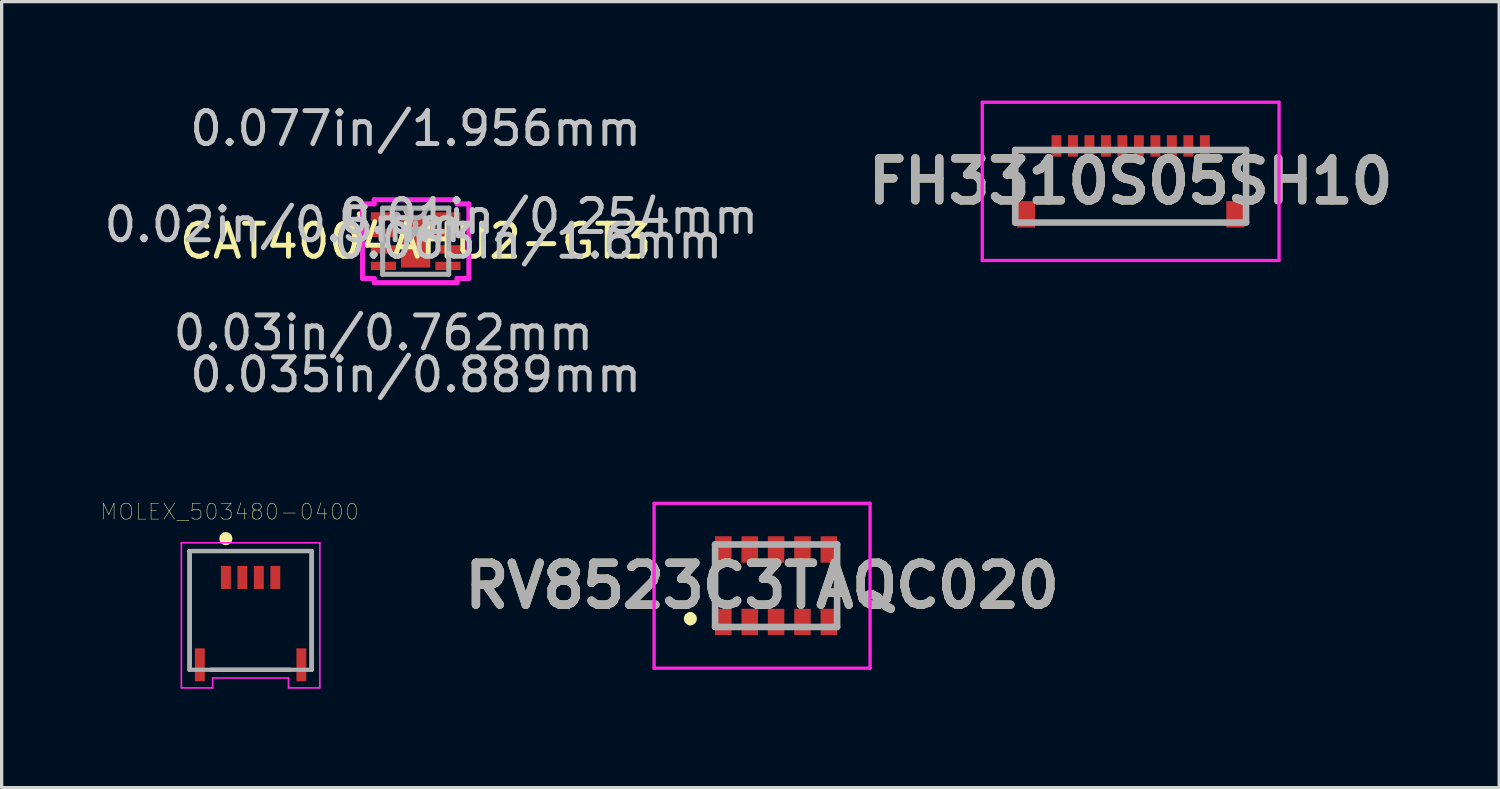
<source format=kicad_pcb>
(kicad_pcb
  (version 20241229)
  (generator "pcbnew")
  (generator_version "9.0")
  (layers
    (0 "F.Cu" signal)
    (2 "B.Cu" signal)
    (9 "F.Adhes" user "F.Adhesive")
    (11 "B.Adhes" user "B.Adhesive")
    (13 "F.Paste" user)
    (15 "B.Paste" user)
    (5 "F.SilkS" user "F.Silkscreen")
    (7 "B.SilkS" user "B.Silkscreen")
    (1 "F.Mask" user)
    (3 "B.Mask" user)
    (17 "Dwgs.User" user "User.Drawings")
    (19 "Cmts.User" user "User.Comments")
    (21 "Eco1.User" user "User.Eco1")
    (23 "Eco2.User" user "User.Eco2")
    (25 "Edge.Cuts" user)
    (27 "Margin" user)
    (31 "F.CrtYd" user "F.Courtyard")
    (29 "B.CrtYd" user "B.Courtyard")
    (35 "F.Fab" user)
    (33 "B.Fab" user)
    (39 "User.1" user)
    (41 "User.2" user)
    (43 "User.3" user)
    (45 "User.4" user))
  (footprint "MOLEX_503480-0400"
    (layer "F.Cu")
    (at 4.55 15.787)
    (property "Reference" "MOLEX_503480-0400" (at -0.636 -3.316 0) (layer "F.SilkS") (effects (font (size 0.481 0.481) (thickness 0.015))))
    (attr through_hole)
    (fp_line (start -1.85 -2.125) (end 1.85 -2.125) (stroke (width 0.127) (type solid)) (layer "F.SilkS"))
    (fp_line (start -1.85 1.475) (end -1.85 -2.125) (stroke (width 0.127) (type solid)) (layer "F.SilkS"))
    (fp_line (start -1.2 1.475) (end 1.2 1.475) (stroke (width 0.127) (type solid)) (layer "F.SilkS"))
    (fp_line (start 1.85 -2.125) (end 1.85 1.475) (stroke (width 0.127) (type solid)) (layer "F.SilkS"))
    (fp_circle (center -0.75 -2.502) (end -0.65 -2.502) (stroke (width 0.2) (type solid)) (fill no) (layer "F.SilkS"))
    (fp_line (start -2.1 -2.375) (end -2.1 2.025) (stroke (width 0.05) (type solid)) (layer "F.CrtYd"))
    (fp_line (start -2.1 2.025) (end -1.15 2.025) (stroke (width 0.05) (type solid)) (layer "F.CrtYd"))
    (fp_line (start -1.15 1.725) (end 1.15 1.725) (stroke (width 0.05) (type solid)) (layer "F.CrtYd"))
    (fp_line (start -1.15 2.025) (end -1.15 1.725) (stroke (width 0.05) (type solid)) (layer "F.CrtYd"))
    (fp_line (start 1.15 1.725) (end 1.15 2.025) (stroke (width 0.05) (type solid)) (layer "F.CrtYd"))
    (fp_line (start 1.15 2.025) (end 2.1 2.025) (stroke (width 0.05) (type solid)) (layer "F.CrtYd"))
    (fp_line (start 2.1 -2.375) (end -2.1 -2.375) (stroke (width 0.05) (type solid)) (layer "F.CrtYd"))
    (fp_line (start 2.1 2.025) (end 2.1 -2.375) (stroke (width 0.05) (type solid)) (layer "F.CrtYd"))
    (fp_line (start -1.85 -2.125) (end -1.85 1.475) (stroke (width 0.127) (type solid)) (layer "F.Fab"))
    (fp_line (start -1.85 1.475) (end 1.85 1.475) (stroke (width 0.127) (type solid)) (layer "F.Fab"))
    (fp_line (start 1.85 -2.125) (end -1.85 -2.125) (stroke (width 0.127) (type solid)) (layer "F.Fab"))
    (fp_line (start 1.85 1.475) (end 1.85 -2.125) (stroke (width 0.127) (type solid)) (layer "F.Fab"))
    (pad "1" smd rect (at -0.75 -1.325) (size 0.3 0.7) (layers "F.Cu" "F.Mask" "F.Paste"))
    (pad "2" smd rect (at -0.25 -1.325) (size 0.3 0.7) (layers "F.Cu" "F.Mask" "F.Paste"))
    (pad "3" smd rect (at 0.25 -1.325) (size 0.3 0.7) (layers "F.Cu" "F.Mask" "F.Paste"))
    (pad "4" smd rect (at 0.75 -1.325) (size 0.3 0.7) (layers "F.Cu" "F.Mask" "F.Paste"))
    (pad "S1" smd rect (at -1.54 1.325) (size 0.3 1) (layers "F.Cu" "F.Mask" "F.Paste"))
    (pad "S2" smd rect (at 1.54 1.325) (size 0.3 1) (layers "F.Cu" "F.Mask" "F.Paste")))
  (footprint "CAT4004AHU2-GT3"
    (layer "F.Cu")
    (at 9.556 4.265)
    (property "Reference" "CAT4004AHU2-GT3" (at 0 0 0) (layer "F.SilkS") (effects (font (size 1 1) (thickness 0.15))))
    (attr through_hole)
    (fp_arc (start -1.7105 -0.8262) (mid -1.636671 -0.73114) (end -1.747046 -0.683136) (stroke (width 0.1524) (type solid)) (layer "F.SilkS"))
    (fp_line (start -1.613 -1.131) (end -1.257 -1.131) (stroke (width 0.152) (type solid)) (layer "F.CrtYd"))
    (fp_line (start -1.613 1.131) (end -1.613 -1.131) (stroke (width 0.152) (type solid)) (layer "F.CrtYd"))
    (fp_line (start -1.257 -1.257) (end 1.257 -1.257) (stroke (width 0.152) (type solid)) (layer "F.CrtYd"))
    (fp_line (start -1.257 -1.131) (end -1.257 -1.257) (stroke (width 0.152) (type solid)) (layer "F.CrtYd"))
    (fp_line (start -1.257 1.131) (end -1.613 1.131) (stroke (width 0.152) (type solid)) (layer "F.CrtYd"))
    (fp_line (start -1.257 1.257) (end -1.257 1.131) (stroke (width 0.152) (type solid)) (layer "F.CrtYd"))
    (fp_line (start 1.257 -1.257) (end 1.257 -1.131) (stroke (width 0.152) (type solid)) (layer "F.CrtYd"))
    (fp_line (start 1.257 -1.131) (end 1.613 -1.131) (stroke (width 0.152) (type solid)) (layer "F.CrtYd"))
    (fp_line (start 1.257 1.131) (end 1.257 1.257) (stroke (width 0.152) (type solid)) (layer "F.CrtYd"))
    (fp_line (start 1.257 1.257) (end -1.257 1.257) (stroke (width 0.152) (type solid)) (layer "F.CrtYd"))
    (fp_line (start 1.613 -1.131) (end 1.613 1.131) (stroke (width 0.152) (type solid)) (layer "F.CrtYd"))
    (fp_line (start 1.613 1.131) (end 1.257 1.131) (stroke (width 0.152) (type solid)) (layer "F.CrtYd"))
    (fp_line (start -1.003 -1.003) (end -1.003 1.003) (stroke (width 0.152) (type solid)) (layer "F.Fab"))
    (fp_line (start -1.003 1.003) (end 1.003 1.003) (stroke (width 0.152) (type solid)) (layer "F.Fab"))
    (fp_line (start 1.003 -1.003) (end -1.003 -1.003) (stroke (width 0.152) (type solid)) (layer "F.Fab"))
    (fp_line (start 1.003 1.003) (end 1.003 -1.003) (stroke (width 0.152) (type solid)) (layer "F.Fab"))
    (fp_arc (start 0.3048 -1.0033) (mid 0 -0.6985) (end -0.3048 -1.0033) (stroke (width 0.1524) (type solid)) (layer "F.Fab"))
    (fp_circle (center -0.597 -0.75) (end -0.597 -0.75) (stroke (width 0.152) (type solid)) (fill no) (layer "F.Fab"))
    (fp_text user "*" (at 0 0 0) (layer "F.SilkS") (effects (font (size 1 1) (thickness 0.15))))
    (fp_text user "0.077in/1.956mm" (at 0 -3.416 0) (layer "Dwgs.User") (effects (font (size 1 1) (thickness 0.15))))
    (fp_text user "0.035in/0.889mm" (at 0 4.051 0) (layer "Dwgs.User") (effects (font (size 1 1) (thickness 0.15))))
    (fp_text user "0.02in/0.5mm" (at -4.026 -0.5 0) (layer "Dwgs.User") (effects (font (size 1 1) (thickness 0.15))))
    (fp_text user "0.03in/0.762mm" (at -0.978 2.781 0) (layer "Dwgs.User") (effects (font (size 1 1) (thickness 0.15))))
    (fp_text user "0.01in/0.254mm" (at 4.026 -0.75 0) (layer "Dwgs.User") (effects (font (size 1 1) (thickness 0.15))))
    (fp_text user "0.063in/1.6mm" (at 3.416 0 0) (layer "Dwgs.User") (effects (font (size 1 1) (thickness 0.15))))
    (fp_text user "Copyright 2016 Accelerated Designs. All rights reserved." (at 0 0 0) (layer "Cmts.User") (effects (font (size 0.127 0.127) (thickness 0.002))))
    (fp_text user "*" (at 0 0 0) (layer "F.Fab") (effects (font (size 1 1) (thickness 0.15))))
    (pad "1" smd rect (at -0.978 -0.75) (size 0.762 0.254) (layers "F.Cu" "F.Mask" "F.Paste"))
    (pad "2" smd rect (at -0.978 -0.25) (size 0.762 0.254) (layers "F.Cu" "F.Mask" "F.Paste"))
    (pad "3" smd rect (at -0.978 0.25) (size 0.762 0.254) (layers "F.Cu" "F.Mask" "F.Paste"))
    (pad "4" smd rect (at -0.978 0.75) (size 0.762 0.254) (layers "F.Cu" "F.Mask" "F.Paste"))
    (pad "5" smd rect (at 0.978 0.75) (size 0.762 0.254) (layers "F.Cu" "F.Mask" "F.Paste"))
    (pad "6" smd rect (at 0.978 0.25) (size 0.762 0.254) (layers "F.Cu" "F.Mask" "F.Paste"))
    (pad "7" smd rect (at 0.978 -0.25) (size 0.762 0.254) (layers "F.Cu" "F.Mask" "F.Paste"))
    (pad "8" smd rect (at 0.978 -0.75) (size 0.762 0.254) (layers "F.Cu" "F.Mask" "F.Paste"))
    (pad "9" smd rect (at 0 0) (size 0.889 1.6) (layers "F.Cu" "F.Mask" "F.Paste")))
  (footprint "RV8523C3TAQC020"
    (layer "F.Cu")
    (at 20.487 14.714)
    (property "Reference" "RV8523C3TAQC020" (at -0.425 0 0) (layer "F.SilkS") (effects (font (size 1.27 1.27) (thickness 0.254))))
    (attr smd)
    (fp_line (start -2.6 0.9) (end -2.6 0.9) (stroke (width 0.2) (type solid)) (layer "F.SilkS"))
    (fp_line (start -2.6 1.1) (end -2.6 1.1) (stroke (width 0.2) (type solid)) (layer "F.SilkS"))
    (fp_line (start -1.85 -0.2) (end -1.85 0.2) (stroke (width 0.1) (type solid)) (layer "F.SilkS"))
    (fp_line (start 1.85 -0.2) (end 1.85 0.2) (stroke (width 0.1) (type solid)) (layer "F.SilkS"))
    (fp_arc (start -2.6 0.9) (mid -2.5 1) (end -2.6 1.1) (stroke (width 0.2) (type solid)) (layer "F.SilkS"))
    (fp_arc (start -2.6 1.1) (mid -2.7 1) (end -2.6 0.9) (stroke (width 0.2) (type solid)) (layer "F.SilkS"))
    (fp_line (start -3.7 -2.5) (end 2.85 -2.5) (stroke (width 0.1) (type solid)) (layer "F.CrtYd"))
    (fp_line (start -3.7 2.5) (end -3.7 -2.5) (stroke (width 0.1) (type solid)) (layer "F.CrtYd"))
    (fp_line (start 2.85 -2.5) (end 2.85 2.5) (stroke (width 0.1) (type solid)) (layer "F.CrtYd"))
    (fp_line (start 2.85 2.5) (end -3.7 2.5) (stroke (width 0.1) (type solid)) (layer "F.CrtYd"))
    (fp_line (start -1.85 -1.25) (end 1.85 -1.25) (stroke (width 0.2) (type solid)) (layer "F.Fab"))
    (fp_line (start -1.85 1.25) (end -1.85 -1.25) (stroke (width 0.2) (type solid)) (layer "F.Fab"))
    (fp_line (start 1.85 -1.25) (end 1.85 1.25) (stroke (width 0.2) (type solid)) (layer "F.Fab"))
    (fp_line (start 1.85 1.25) (end -1.85 1.25) (stroke (width 0.2) (type solid)) (layer "F.Fab"))
    (fp_text user "${REFERENCE}" (at -0.425 0 0) (layer "F.Fab") (effects (font (size 1.27 1.27) (thickness 0.254))))
    (pad "1" smd rect (at -1.6 1.1) (size 0.5 0.8) (layers "F.Cu" "F.Mask" "F.Paste"))
    (pad "2" smd rect (at -0.8 1.1) (size 0.5 0.8) (layers "F.Cu" "F.Mask" "F.Paste"))
    (pad "3" smd rect (at 0 1.1) (size 0.5 0.8) (layers "F.Cu" "F.Mask" "F.Paste"))
    (pad "4" smd rect (at 0.8 1.1) (size 0.5 0.8) (layers "F.Cu" "F.Mask" "F.Paste"))
    (pad "5" smd rect (at 1.6 1.1) (size 0.5 0.8) (layers "F.Cu" "F.Mask" "F.Paste"))
    (pad "6" smd rect (at 1.6 -1.1) (size 0.5 0.8) (layers "F.Cu" "F.Mask" "F.Paste"))
    (pad "7" smd rect (at 0.8 -1.1) (size 0.5 0.8) (layers "F.Cu" "F.Mask" "F.Paste"))
    (pad "8" smd rect (at 0 -1.1) (size 0.5 0.8) (layers "F.Cu" "F.Mask" "F.Paste"))
    (pad "9" smd rect (at -0.8 -1.1) (size 0.5 0.8) (layers "F.Cu" "F.Mask" "F.Paste"))
    (pad "10" smd rect (at -1.6 -1.1) (size 0.5 0.8) (layers "F.Cu" "F.Mask" "F.Paste")))
  (footprint "FH3310S05SH10"
    (layer "F.Cu")
    (at 31.24 3.699)
    (property "Reference" "FH3310S05SH10" (at 0 -1.25 0) (layer "F.SilkS") (effects (font (size 1.27 1.27) (thickness 0.254))))
    (attr smd)
    (fp_line (start -3.5 -2.2) (end -3 -2.2) (stroke (width 0.1) (type solid)) (layer "F.SilkS"))
    (fp_line (start -3.5 -1) (end -3.5 -2.2) (stroke (width 0.1) (type solid)) (layer "F.SilkS"))
    (fp_line (start -2.5 0) (end 2.5 0) (stroke (width 0.1) (type solid)) (layer "F.SilkS"))
    (fp_line (start 2.911 -2.2) (end 3.5 -2.2) (stroke (width 0.1) (type solid)) (layer "F.SilkS"))
    (fp_line (start 3.5 -2.2) (end 3.5 -1) (stroke (width 0.1) (type solid)) (layer "F.SilkS"))
    (fp_line (start -4.5 -3.649) (end 4.5 -3.649) (stroke (width 0.1) (type solid)) (layer "F.CrtYd"))
    (fp_line (start -4.5 1.151) (end -4.5 -3.649) (stroke (width 0.1) (type solid)) (layer "F.CrtYd"))
    (fp_line (start 4.5 -3.649) (end 4.5 1.151) (stroke (width 0.1) (type solid)) (layer "F.CrtYd"))
    (fp_line (start 4.5 1.151) (end -4.5 1.151) (stroke (width 0.1) (type solid)) (layer "F.CrtYd"))
    (fp_line (start -3.5 -2.2) (end 3.5 -2.2) (stroke (width 0.2) (type solid)) (layer "F.Fab"))
    (fp_line (start -3.5 0) (end -3.5 -2.2) (stroke (width 0.2) (type solid)) (layer "F.Fab"))
    (fp_line (start 3.5 -2.2) (end 3.5 0) (stroke (width 0.2) (type solid)) (layer "F.Fab"))
    (fp_line (start 3.5 0) (end -3.5 0) (stroke (width 0.2) (type solid)) (layer "F.Fab"))
    (fp_text user "${REFERENCE}" (at 0 -1.25 0) (layer "F.Fab") (effects (font (size 1.27 1.27) (thickness 0.254))))
    (pad "1" smd rect (at -2.25 -2.324) (size 0.3 0.65) (layers "F.Cu" "F.Mask" "F.Paste"))
    (pad "2" smd rect (at -1.75 -2.324) (size 0.3 0.65) (layers "F.Cu" "F.Mask" "F.Paste"))
    (pad "3" smd rect (at -1.25 -2.324) (size 0.3 0.65) (layers "F.Cu" "F.Mask" "F.Paste"))
    (pad "4" smd rect (at -0.75 -2.324) (size 0.3 0.65) (layers "F.Cu" "F.Mask" "F.Paste"))
    (pad "5" smd rect (at -0.25 -2.324) (size 0.3 0.65) (layers "F.Cu" "F.Mask" "F.Paste"))
    (pad "6" smd rect (at 0.25 -2.324) (size 0.3 0.65) (layers "F.Cu" "F.Mask" "F.Paste"))
    (pad "7" smd rect (at 0.75 -2.324) (size 0.3 0.65) (layers "F.Cu" "F.Mask" "F.Paste"))
    (pad "8" smd rect (at 1.25 -2.324) (size 0.3 0.65) (layers "F.Cu" "F.Mask" "F.Paste"))
    (pad "9" smd rect (at 1.75 -2.324) (size 0.3 0.65) (layers "F.Cu" "F.Mask" "F.Paste"))
    (pad "10" smd rect (at 2.25 -2.324) (size 0.3 0.65) (layers "F.Cu" "F.Mask" "F.Paste"))
    (pad "MP1" smd rect (at -3.175 -0.249) (size 0.55 0.8) (layers "F.Cu" "F.Mask" "F.Paste"))
    (pad "MP2" smd rect (at 3.175 -0.249) (size 0.55 0.8) (layers "F.Cu" "F.Mask" "F.Paste")))
  (gr_rect
    (start -3 -3)
    (end 42.416 20.837)
    (stroke (width 0.1) (type default))
    (fill no)
    (layer "Edge.Cuts")))
</source>
